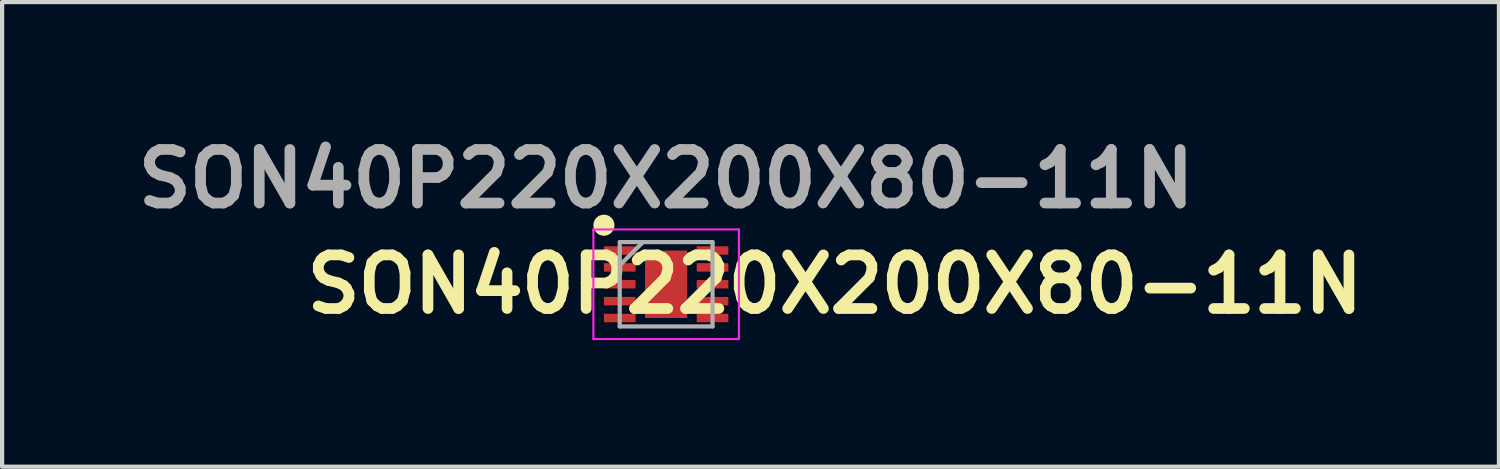
<source format=kicad_pcb>
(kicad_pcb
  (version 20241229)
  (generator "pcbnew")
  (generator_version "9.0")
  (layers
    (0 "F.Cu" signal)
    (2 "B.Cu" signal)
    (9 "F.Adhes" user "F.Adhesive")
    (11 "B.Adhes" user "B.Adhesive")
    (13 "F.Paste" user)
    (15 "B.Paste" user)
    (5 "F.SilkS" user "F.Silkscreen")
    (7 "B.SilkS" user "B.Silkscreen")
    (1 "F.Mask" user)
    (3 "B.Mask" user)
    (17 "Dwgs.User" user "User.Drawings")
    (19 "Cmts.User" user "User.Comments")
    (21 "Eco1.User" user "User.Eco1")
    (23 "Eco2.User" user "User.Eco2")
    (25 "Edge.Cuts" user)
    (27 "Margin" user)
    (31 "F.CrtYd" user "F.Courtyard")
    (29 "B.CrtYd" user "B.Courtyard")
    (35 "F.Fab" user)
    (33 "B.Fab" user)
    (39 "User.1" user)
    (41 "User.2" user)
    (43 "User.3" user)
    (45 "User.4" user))
  (footprint "SON40P220X200X80-11N"
    (layer "F.Cu")
    (at 12.742 3.689)
    (property "Reference" "SON40P220X200X80-11N" (at 4 0 0) (layer "F.SilkS") (effects (font (size 1.27 1.27) (thickness 0.254))))
    (attr smd)
    (fp_circle (center -1.475 -1.4) (end -1.475 -1.275) (stroke (width 0.25) (type solid)) (fill no) (layer "F.SilkS"))
    (fp_line (start -1.725 -1.3) (end 1.725 -1.3) (stroke (width 0.05) (type solid)) (layer "F.CrtYd"))
    (fp_line (start -1.725 1.3) (end -1.725 -1.3) (stroke (width 0.05) (type solid)) (layer "F.CrtYd"))
    (fp_line (start 1.725 -1.3) (end 1.725 1.3) (stroke (width 0.05) (type solid)) (layer "F.CrtYd"))
    (fp_line (start 1.725 1.3) (end -1.725 1.3) (stroke (width 0.05) (type solid)) (layer "F.CrtYd"))
    (fp_line (start -1.1 -1) (end 1.1 -1) (stroke (width 0.1) (type solid)) (layer "F.Fab"))
    (fp_line (start -1.1 -0.45) (end -0.55 -1) (stroke (width 0.1) (type solid)) (layer "F.Fab"))
    (fp_line (start -1.1 1) (end -1.1 -1) (stroke (width 0.1) (type solid)) (layer "F.Fab"))
    (fp_line (start 1.1 -1) (end 1.1 1) (stroke (width 0.1) (type solid)) (layer "F.Fab"))
    (fp_line (start 1.1 1) (end -1.1 1) (stroke (width 0.1) (type solid)) (layer "F.Fab"))
    (fp_text user "${REFERENCE}" (at 0 -2.5 0) (layer "F.Fab") (effects (font (size 1.27 1.27) (thickness 0.254))))
    (pad "1" smd rect (at -1.1 -0.8 90) (size 0.2 0.75) (layers "F.Cu" "F.Mask" "F.Paste"))
    (pad "2" smd rect (at -1.1 -0.4 90) (size 0.2 0.75) (layers "F.Cu" "F.Mask" "F.Paste"))
    (pad "3" smd rect (at -1.1 0 90) (size 0.2 0.75) (layers "F.Cu" "F.Mask" "F.Paste"))
    (pad "4" smd rect (at -1.1 0.4 90) (size 0.2 0.75) (layers "F.Cu" "F.Mask" "F.Paste"))
    (pad "5" smd rect (at -1.1 0.8 90) (size 0.2 0.75) (layers "F.Cu" "F.Mask" "F.Paste"))
    (pad "6" smd rect (at 1.1 0.8 90) (size 0.2 0.75) (layers "F.Cu" "F.Mask" "F.Paste"))
    (pad "7" smd rect (at 1.1 0.4 90) (size 0.2 0.75) (layers "F.Cu" "F.Mask" "F.Paste"))
    (pad "8" smd rect (at 1.1 0 90) (size 0.2 0.75) (layers "F.Cu" "F.Mask" "F.Paste"))
    (pad "9" smd rect (at 1.1 -0.4 90) (size 0.2 0.75) (layers "F.Cu" "F.Mask" "F.Paste"))
    (pad "10" smd rect (at 1.1 -0.8 90) (size 0.2 0.75) (layers "F.Cu" "F.Mask" "F.Paste"))
    (pad "11" smd rect (at 0 0) (size 1 1.6) (layers "F.Cu" "F.Mask" "F.Paste")))
  (gr_rect
    (start -3 -3)
    (end 32.485 8.014)
    (stroke (width 0.1) (type default))
    (fill no)
    (layer "Edge.Cuts")))
</source>
